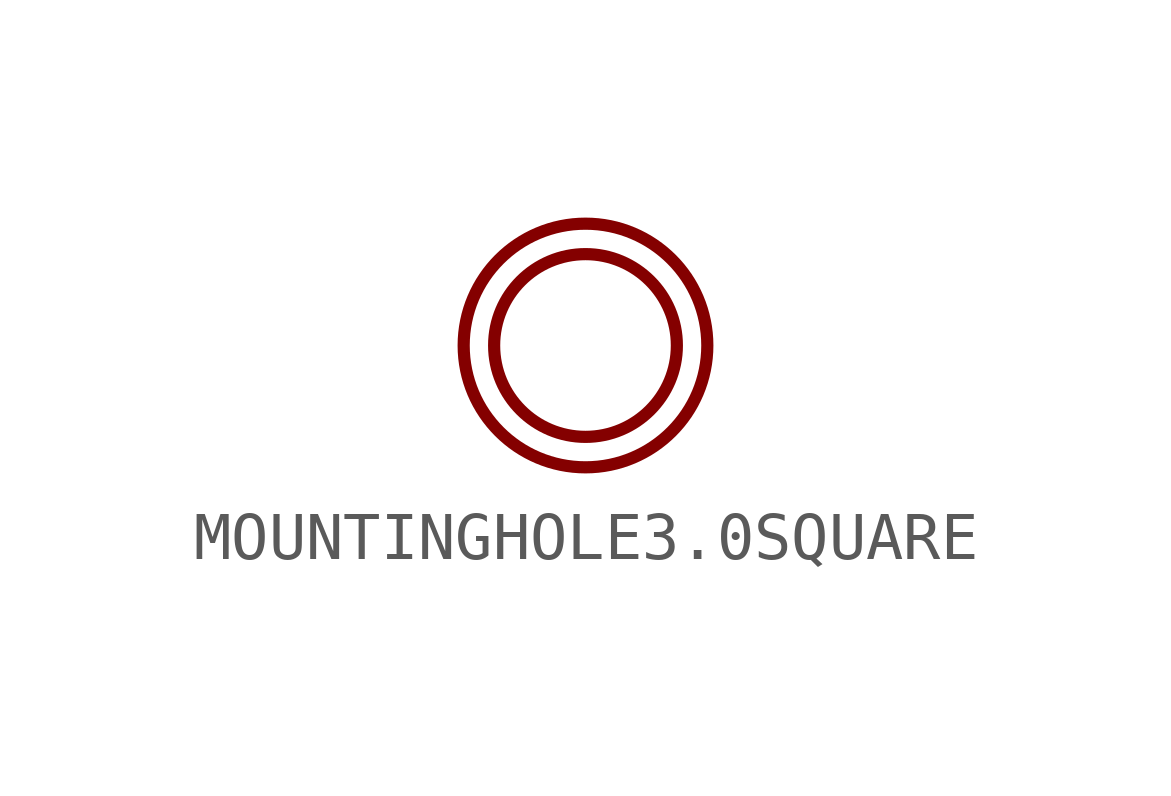
<source format=kicad_sym>
(kicad_symbol_lib
  (version 20211014)
  (generator kicad_symbol_editor)
  (symbol "MOUNTINGHOLE3.0SQUARE"
    (property "Reference" ""
      (at 0 0 0)
      (effects (font (size 1.27 1.27)) hide))
    (property "ki_locked" ""
      (at 0 0 0)
      (effects (font (size 1.27 1.27))))
    (symbol "MOUNTINGHOLE3.0SQUARE_1_0"
      (circle (center 0 0) (radius 1.905) (stroke (width 0.254)) (stroke (width 0.254) (type default) (color 0 0 0 0)) (fill (type none)))
      (circle (center 0 0) (radius 2.54) (stroke (width 0.254)) (stroke (width 0.254) (type default) (color 0 0 0 0)) (fill (type none))))))
</source>
